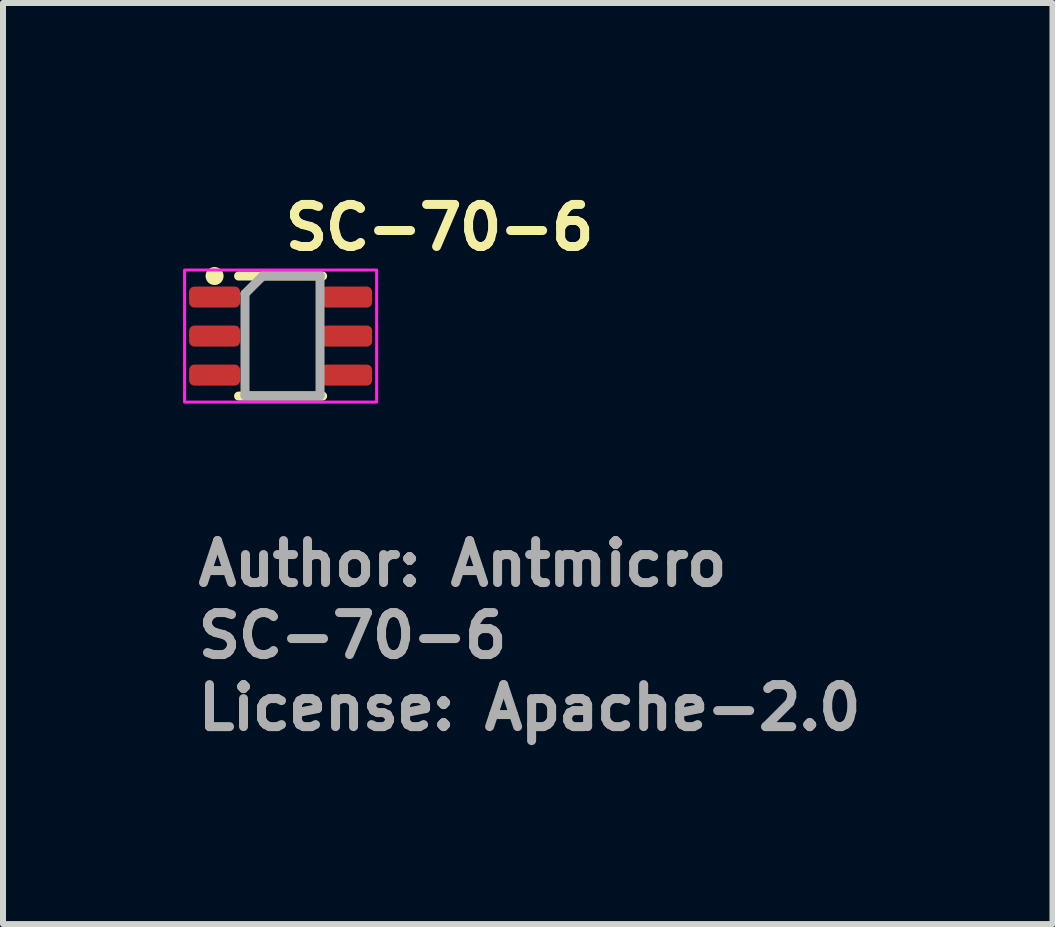
<source format=kicad_pcb>
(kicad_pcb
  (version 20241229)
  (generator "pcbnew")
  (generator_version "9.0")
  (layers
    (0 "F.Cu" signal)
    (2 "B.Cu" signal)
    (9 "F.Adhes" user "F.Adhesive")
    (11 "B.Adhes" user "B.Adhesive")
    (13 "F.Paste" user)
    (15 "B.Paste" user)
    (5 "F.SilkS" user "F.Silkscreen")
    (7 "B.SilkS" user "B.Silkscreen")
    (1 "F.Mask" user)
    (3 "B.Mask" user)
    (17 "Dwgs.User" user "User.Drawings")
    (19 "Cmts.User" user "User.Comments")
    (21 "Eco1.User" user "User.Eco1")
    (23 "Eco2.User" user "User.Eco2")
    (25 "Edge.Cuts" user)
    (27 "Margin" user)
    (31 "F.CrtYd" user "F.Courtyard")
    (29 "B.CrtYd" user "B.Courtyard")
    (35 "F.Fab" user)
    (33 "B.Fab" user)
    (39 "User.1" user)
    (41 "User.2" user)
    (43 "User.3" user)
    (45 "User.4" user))
  (footprint "SC-70-6"
    (layer "F.Cu")
    (at 1.625 2.549)
    (property "Reference" "SC-70-6" (at 0 -1.399 180) (layer "F.SilkS") (effects (font (size 0.7 0.7) (thickness 0.15)) (justify left bottom)))
    (attr smd)
    (fp_line (start -0.7 -1) (end 0.7 -1) (stroke (width 0.15) (type solid)) (layer "F.SilkS"))
    (fp_line (start -0.7 1) (end 0.7 1) (stroke (width 0.15) (type solid)) (layer "F.SilkS"))
    (fp_circle (center -1.1 -1) (end -1.025 -1) (stroke (width 0.15) (type solid)) (fill yes) (layer "F.SilkS"))
    (fp_rect (start -1.6 -1.1) (end 1.6 1.1) (stroke (width 0.05) (type solid)) (fill no) (layer "F.CrtYd"))
    (fp_line (start -0.593 0.993) (end -0.593 -0.706) (stroke (width 0.15) (type solid)) (layer "F.Fab"))
    (fp_line (start -0.293 -1.006) (end -0.593 -0.706) (stroke (width 0.15) (type solid)) (layer "F.Fab"))
    (fp_line (start -0.293 -1.006) (end 0.657 -1.006) (stroke (width 0.15) (type solid)) (layer "F.Fab"))
    (fp_line (start 0.657 -1.006) (end 0.657 0.993) (stroke (width 0.15) (type solid)) (layer "F.Fab"))
    (fp_line (start 0.657 0.993) (end -0.593 0.993) (stroke (width 0.15) (type solid)) (layer "F.Fab"))
    (fp_rect (start -1 -1) (end 1 1) (stroke (width 0.1) (type solid)) (fill no) (layer "User.5"))
    (fp_line (start -1 -0.8) (end -0.975 -0.8) (stroke (width 0.02) (type solid)) (layer "User.9"))
    (fp_line (start -1 -0.5) (end -1 -0.8) (stroke (width 0.02) (type solid)) (layer "User.9"))
    (fp_line (start -1 -0.5) (end -0.975 -0.5) (stroke (width 0.02) (type solid)) (layer "User.9"))
    (fp_line (start -1 -0.15) (end -0.975 -0.15) (stroke (width 0.02) (type solid)) (layer "User.9"))
    (fp_line (start -1 0.15) (end -1 -0.15) (stroke (width 0.02) (type solid)) (layer "User.9"))
    (fp_line (start -1 0.15) (end -0.975 0.15) (stroke (width 0.02) (type solid)) (layer "User.9"))
    (fp_line (start -1 0.5) (end -0.975 0.5) (stroke (width 0.02) (type solid)) (layer "User.9"))
    (fp_line (start -1 0.8) (end -1 0.5) (stroke (width 0.02) (type solid)) (layer "User.9"))
    (fp_line (start -1 0.8) (end -0.975 0.8) (stroke (width 0.02) (type solid)) (layer "User.9"))
    (fp_line (start -0.975 -0.8) (end -0.875 -0.8) (stroke (width 0.02) (type solid)) (layer "User.9"))
    (fp_line (start -0.975 -0.5) (end -0.875 -0.5) (stroke (width 0.02) (type solid)) (layer "User.9"))
    (fp_line (start -0.975 -0.15) (end -0.875 -0.15) (stroke (width 0.02) (type solid)) (layer "User.9"))
    (fp_line (start -0.975 0.15) (end -0.875 0.15) (stroke (width 0.02) (type solid)) (layer "User.9"))
    (fp_line (start -0.975 0.5) (end -0.875 0.5) (stroke (width 0.02) (type solid)) (layer "User.9"))
    (fp_line (start -0.975 0.8) (end -0.875 0.8) (stroke (width 0.02) (type solid)) (layer "User.9"))
    (fp_line (start -0.875 -0.8) (end -0.625 -0.8) (stroke (width 0.02) (type solid)) (layer "User.9"))
    (fp_line (start -0.875 -0.5) (end -0.875 -0.8) (stroke (width 0.02) (type solid)) (layer "User.9"))
    (fp_line (start -0.875 -0.5) (end -0.625 -0.5) (stroke (width 0.02) (type solid)) (layer "User.9"))
    (fp_line (start -0.875 -0.15) (end -0.625 -0.15) (stroke (width 0.02) (type solid)) (layer "User.9"))
    (fp_line (start -0.875 0.15) (end -0.875 -0.15) (stroke (width 0.02) (type solid)) (layer "User.9"))
    (fp_line (start -0.875 0.15) (end -0.625 0.15) (stroke (width 0.02) (type solid)) (layer "User.9"))
    (fp_line (start -0.875 0.5) (end -0.625 0.5) (stroke (width 0.02) (type solid)) (layer "User.9"))
    (fp_line (start -0.875 0.8) (end -0.875 0.5) (stroke (width 0.02) (type solid)) (layer "User.9"))
    (fp_line (start -0.875 0.8) (end -0.625 0.8) (stroke (width 0.02) (type solid)) (layer "User.9"))
    (fp_line (start -0.625 -0.905) (end -0.6 -0.892) (stroke (width 0.02) (type solid)) (layer "User.9"))
    (fp_line (start -0.625 -0.905) (end -0.53 -1) (stroke (width 0.02) (type solid)) (layer "User.9"))
    (fp_line (start -0.625 -0.8) (end -0.625 -0.905) (stroke (width 0.02) (type solid)) (layer "User.9"))
    (fp_line (start -0.625 -0.15) (end -0.625 -0.5) (stroke (width 0.02) (type solid)) (layer "User.9"))
    (fp_line (start -0.625 0.5) (end -0.625 0.15) (stroke (width 0.02) (type solid)) (layer "User.9"))
    (fp_line (start -0.625 0.905) (end -0.625 0.8) (stroke (width 0.02) (type solid)) (layer "User.9"))
    (fp_line (start -0.625 0.905) (end -0.6 0.892) (stroke (width 0.02) (type solid)) (layer "User.9"))
    (fp_line (start -0.6 -0.892) (end -0.543 -0.864) (stroke (width 0.02) (type solid)) (layer "User.9"))
    (fp_line (start -0.6 -0.892) (end -0.517 -0.975) (stroke (width 0.02) (type solid)) (layer "User.9"))
    (fp_line (start -0.6 -0.8) (end -0.6 -0.892) (stroke (width 0.02) (type solid)) (layer "User.9"))
    (fp_line (start -0.6 -0.5) (end -0.6 -0.8) (stroke (width 0.02) (type solid)) (layer "User.9"))
    (fp_line (start -0.6 -0.15) (end -0.6 -0.5) (stroke (width 0.02) (type solid)) (layer "User.9"))
    (fp_line (start -0.6 0.15) (end -0.6 -0.15) (stroke (width 0.02) (type solid)) (layer "User.9"))
    (fp_line (start -0.6 0.5) (end -0.6 0.15) (stroke (width 0.02) (type solid)) (layer "User.9"))
    (fp_line (start -0.6 0.8) (end -0.6 0.5) (stroke (width 0.02) (type solid)) (layer "User.9"))
    (fp_line (start -0.6 0.892) (end -0.6 0.8) (stroke (width 0.02) (type solid)) (layer "User.9"))
    (fp_line (start -0.6 0.892) (end -0.543 0.864) (stroke (width 0.02) (type solid)) (layer "User.9"))
    (fp_line (start -0.543 -0.864) (end -0.489 -0.918) (stroke (width 0.02) (type solid)) (layer "User.9"))
    (fp_line (start -0.543 0.864) (end -0.543 -0.864) (stroke (width 0.02) (type solid)) (layer "User.9"))
    (fp_line (start -0.53 -1) (end -0.517 -0.975) (stroke (width 0.02) (type solid)) (layer "User.9"))
    (fp_line (start -0.53 -1) (end 0.53 -1) (stroke (width 0.02) (type solid)) (layer "User.9"))
    (fp_line (start -0.53 1) (end -0.625 0.905) (stroke (width 0.02) (type solid)) (layer "User.9"))
    (fp_line (start -0.53 1) (end -0.517 0.975) (stroke (width 0.02) (type solid)) (layer "User.9"))
    (fp_line (start -0.517 -0.975) (end -0.489 -0.918) (stroke (width 0.02) (type solid)) (layer "User.9"))
    (fp_line (start -0.517 -0.975) (end 0.517 -0.975) (stroke (width 0.02) (type solid)) (layer "User.9"))
    (fp_line (start -0.517 0.975) (end -0.6 0.892) (stroke (width 0.02) (type solid)) (layer "User.9"))
    (fp_line (start -0.517 0.975) (end -0.489 0.918) (stroke (width 0.02) (type solid)) (layer "User.9"))
    (fp_line (start -0.489 -0.918) (end 0.489 -0.918) (stroke (width 0.02) (type solid)) (layer "User.9"))
    (fp_line (start -0.489 0.918) (end -0.543 0.864) (stroke (width 0.02) (type solid)) (layer "User.9"))
    (fp_line (start 0.489 -0.918) (end 0.543 -0.864) (stroke (width 0.02) (type solid)) (layer "User.9"))
    (fp_line (start 0.489 0.918) (end -0.489 0.918) (stroke (width 0.02) (type solid)) (layer "User.9"))
    (fp_line (start 0.517 -0.975) (end 0.489 -0.918) (stroke (width 0.02) (type solid)) (layer "User.9"))
    (fp_line (start 0.517 -0.975) (end 0.6 -0.892) (stroke (width 0.02) (type solid)) (layer "User.9"))
    (fp_line (start 0.517 0.975) (end -0.517 0.975) (stroke (width 0.02) (type solid)) (layer "User.9"))
    (fp_line (start 0.517 0.975) (end 0.489 0.918) (stroke (width 0.02) (type solid)) (layer "User.9"))
    (fp_line (start 0.53 -1) (end 0.517 -0.975) (stroke (width 0.02) (type solid)) (layer "User.9"))
    (fp_line (start 0.53 -1) (end 0.625 -0.905) (stroke (width 0.02) (type solid)) (layer "User.9"))
    (fp_line (start 0.53 1) (end -0.53 1) (stroke (width 0.02) (type solid)) (layer "User.9"))
    (fp_line (start 0.53 1) (end 0.517 0.975) (stroke (width 0.02) (type solid)) (layer "User.9"))
    (fp_line (start 0.543 -0.864) (end 0.543 0.864) (stroke (width 0.02) (type solid)) (layer "User.9"))
    (fp_line (start 0.543 0.864) (end 0.489 0.918) (stroke (width 0.02) (type solid)) (layer "User.9"))
    (fp_line (start 0.6 -0.892) (end 0.543 -0.864) (stroke (width 0.02) (type solid)) (layer "User.9"))
    (fp_line (start 0.6 -0.892) (end 0.6 -0.8) (stroke (width 0.02) (type solid)) (layer "User.9"))
    (fp_line (start 0.6 -0.8) (end 0.6 -0.5) (stroke (width 0.02) (type solid)) (layer "User.9"))
    (fp_line (start 0.6 -0.5) (end 0.6 -0.15) (stroke (width 0.02) (type solid)) (layer "User.9"))
    (fp_line (start 0.6 -0.15) (end 0.6 0.15) (stroke (width 0.02) (type solid)) (layer "User.9"))
    (fp_line (start 0.6 0.15) (end 0.6 0.5) (stroke (width 0.02) (type solid)) (layer "User.9"))
    (fp_line (start 0.6 0.5) (end 0.6 0.8) (stroke (width 0.02) (type solid)) (layer "User.9"))
    (fp_line (start 0.6 0.8) (end 0.6 0.892) (stroke (width 0.02) (type solid)) (layer "User.9"))
    (fp_line (start 0.6 0.892) (end 0.517 0.975) (stroke (width 0.02) (type solid)) (layer "User.9"))
    (fp_line (start 0.6 0.892) (end 0.543 0.864) (stroke (width 0.02) (type solid)) (layer "User.9"))
    (fp_line (start 0.625 -0.905) (end 0.6 -0.892) (stroke (width 0.02) (type solid)) (layer "User.9"))
    (fp_line (start 0.625 -0.905) (end 0.625 -0.8) (stroke (width 0.02) (type solid)) (layer "User.9"))
    (fp_line (start 0.625 -0.5) (end 0.625 -0.15) (stroke (width 0.02) (type solid)) (layer "User.9"))
    (fp_line (start 0.625 0.15) (end 0.625 0.5) (stroke (width 0.02) (type solid)) (layer "User.9"))
    (fp_line (start 0.625 0.8) (end 0.625 0.905) (stroke (width 0.02) (type solid)) (layer "User.9"))
    (fp_line (start 0.625 0.905) (end 0.53 1) (stroke (width 0.02) (type solid)) (layer "User.9"))
    (fp_line (start 0.625 0.905) (end 0.6 0.892) (stroke (width 0.02) (type solid)) (layer "User.9"))
    (fp_line (start 0.875 -0.8) (end 0.625 -0.8) (stroke (width 0.02) (type solid)) (layer "User.9"))
    (fp_line (start 0.875 -0.8) (end 0.875 -0.5) (stroke (width 0.02) (type solid)) (layer "User.9"))
    (fp_line (start 0.875 -0.5) (end 0.625 -0.5) (stroke (width 0.02) (type solid)) (layer "User.9"))
    (fp_line (start 0.875 -0.15) (end 0.625 -0.15) (stroke (width 0.02) (type solid)) (layer "User.9"))
    (fp_line (start 0.875 -0.15) (end 0.875 0.15) (stroke (width 0.02) (type solid)) (layer "User.9"))
    (fp_line (start 0.875 0.15) (end 0.625 0.15) (stroke (width 0.02) (type solid)) (layer "User.9"))
    (fp_line (start 0.875 0.5) (end 0.625 0.5) (stroke (width 0.02) (type solid)) (layer "User.9"))
    (fp_line (start 0.875 0.5) (end 0.875 0.8) (stroke (width 0.02) (type solid)) (layer "User.9"))
    (fp_line (start 0.875 0.8) (end 0.625 0.8) (stroke (width 0.02) (type solid)) (layer "User.9"))
    (fp_line (start 0.975 -0.8) (end 0.875 -0.8) (stroke (width 0.02) (type solid)) (layer "User.9"))
    (fp_line (start 0.975 -0.5) (end 0.875 -0.5) (stroke (width 0.02) (type solid)) (layer "User.9"))
    (fp_line (start 0.975 -0.15) (end 0.875 -0.15) (stroke (width 0.02) (type solid)) (layer "User.9"))
    (fp_line (start 0.975 0.15) (end 0.875 0.15) (stroke (width 0.02) (type solid)) (layer "User.9"))
    (fp_line (start 0.975 0.5) (end 0.875 0.5) (stroke (width 0.02) (type solid)) (layer "User.9"))
    (fp_line (start 0.975 0.8) (end 0.875 0.8) (stroke (width 0.02) (type solid)) (layer "User.9"))
    (fp_line (start 1 -0.8) (end 0.975 -0.8) (stroke (width 0.02) (type solid)) (layer "User.9"))
    (fp_line (start 1 -0.8) (end 1 -0.5) (stroke (width 0.02) (type solid)) (layer "User.9"))
    (fp_line (start 1 -0.5) (end 0.975 -0.5) (stroke (width 0.02) (type solid)) (layer "User.9"))
    (fp_line (start 1 -0.15) (end 0.975 -0.15) (stroke (width 0.02) (type solid)) (layer "User.9"))
    (fp_line (start 1 -0.15) (end 1 0.15) (stroke (width 0.02) (type solid)) (layer "User.9"))
    (fp_line (start 1 0.15) (end 0.975 0.15) (stroke (width 0.02) (type solid)) (layer "User.9"))
    (fp_line (start 1 0.5) (end 0.975 0.5) (stroke (width 0.02) (type solid)) (layer "User.9"))
    (fp_line (start 1 0.5) (end 1 0.8) (stroke (width 0.02) (type solid)) (layer "User.9"))
    (fp_line (start 1 0.8) (end 0.975 0.8) (stroke (width 0.02) (type solid)) (layer "User.9"))
    (fp_text user "License: Apache-2.0" (at -1.45 6.6 0) (layer "F.Fab") (effects (font (size 0.7 0.7) (thickness 0.15)) (justify left bottom)))
    (fp_text user "${REFERENCE}" (at -1.45 5.4 0) (layer "F.Fab") (effects (font (size 0.7 0.7) (thickness 0.15)) (justify left bottom)))
    (fp_text user "Author: Antmicro" (at -1.45 4.2 0) (layer "F.Fab") (effects (font (size 0.7 0.7) (thickness 0.15)) (justify left bottom)))
    (pad "1" smd roundrect (at -1.1 -0.65) (size 0.85 0.35) (layers "F.Cu" "F.Mask" "F.Paste") (roundrect_rratio 0.25))
    (pad "2" smd roundrect (at -1.1 0) (size 0.85 0.35) (layers "F.Cu" "F.Mask" "F.Paste") (roundrect_rratio 0.25))
    (pad "3" smd roundrect (at -1.1 0.65) (size 0.85 0.35) (layers "F.Cu" "F.Mask" "F.Paste") (roundrect_rratio 0.25))
    (pad "4" smd roundrect (at 1.1 0.65) (size 0.85 0.35) (layers "F.Cu" "F.Mask" "F.Paste") (roundrect_rratio 0.25))
    (pad "5" smd roundrect (at 1.1 0) (size 0.85 0.35) (layers "F.Cu" "F.Mask" "F.Paste") (roundrect_rratio 0.25))
    (pad "6" smd roundrect (at 1.1 -0.65) (size 0.85 0.35) (layers "F.Cu" "F.Mask" "F.Paste") (roundrect_rratio 0.25)))
  (gr_rect
    (start -3 -3)
    (end 14.485 12.345)
    (stroke (width 0.1) (type default))
    (fill no)
    (layer "Edge.Cuts")))
</source>
